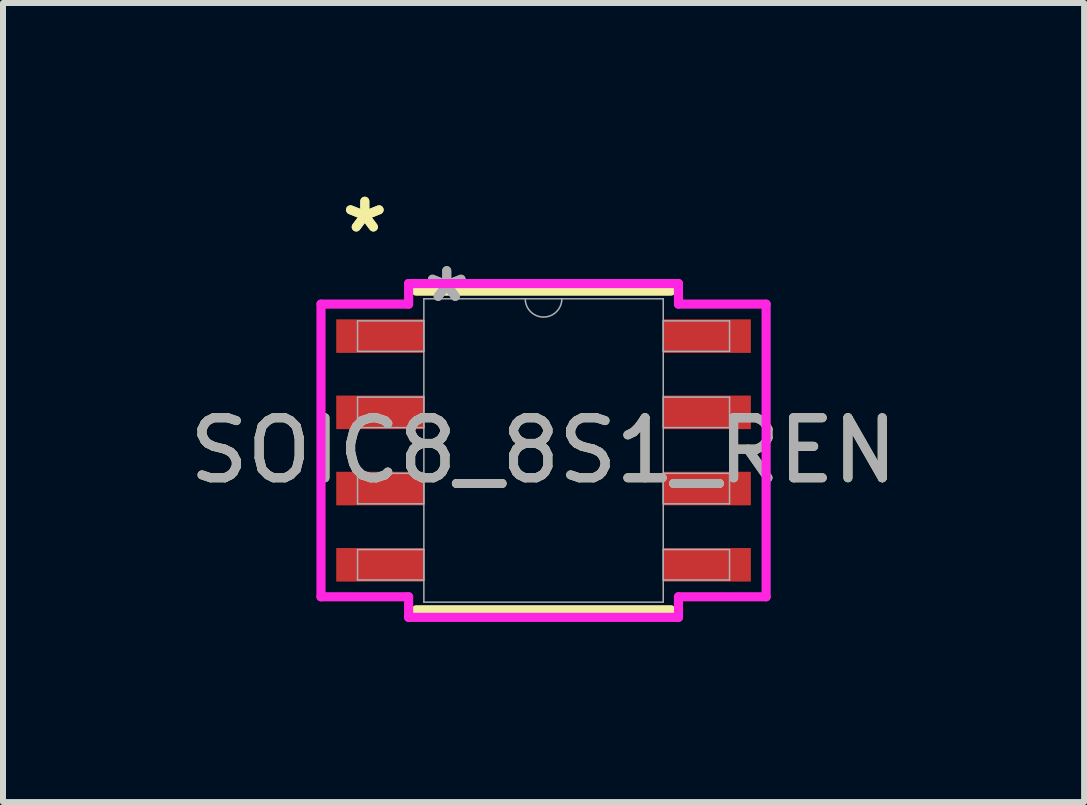
<source format=kicad_pcb>
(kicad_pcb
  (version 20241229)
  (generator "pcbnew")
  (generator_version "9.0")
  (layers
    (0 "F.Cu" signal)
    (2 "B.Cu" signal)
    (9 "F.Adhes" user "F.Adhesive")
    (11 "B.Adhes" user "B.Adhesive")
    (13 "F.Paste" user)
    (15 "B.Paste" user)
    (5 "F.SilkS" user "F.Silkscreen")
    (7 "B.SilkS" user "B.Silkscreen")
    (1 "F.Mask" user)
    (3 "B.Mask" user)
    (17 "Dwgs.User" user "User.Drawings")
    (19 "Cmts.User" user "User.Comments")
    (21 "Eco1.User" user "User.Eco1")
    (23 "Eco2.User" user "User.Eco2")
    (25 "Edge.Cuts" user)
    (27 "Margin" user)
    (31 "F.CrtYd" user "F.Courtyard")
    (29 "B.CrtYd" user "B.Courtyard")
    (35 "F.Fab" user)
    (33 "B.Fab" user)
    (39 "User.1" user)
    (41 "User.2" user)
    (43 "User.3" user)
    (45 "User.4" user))
  (footprint "SOIC8_8S1_REN"
    (layer "F.Cu")
    (at 6.006 4.455)
    (property "Reference" "SOIC8_8S1_REN" (at 0 0 0) (unlocked yes) (layer "F.SilkS") (effects (font (size 1 1) (thickness 0.15))))
    (attr smd)
    (fp_line (start -2.121 2.654) (end 2.121 2.654) (stroke (width 0.152) (type solid)) (layer "F.SilkS"))
    (fp_line (start 2.121 -2.654) (end -2.121 -2.654) (stroke (width 0.152) (type solid)) (layer "F.SilkS"))
    (fp_line (start -3.708 -2.438) (end -2.248 -2.438) (stroke (width 0.152) (type solid)) (layer "F.CrtYd"))
    (fp_line (start -3.708 2.438) (end -3.708 -2.438) (stroke (width 0.152) (type solid)) (layer "F.CrtYd"))
    (fp_line (start -3.708 2.438) (end -2.248 2.438) (stroke (width 0.152) (type solid)) (layer "F.CrtYd"))
    (fp_line (start -2.248 -2.781) (end 2.248 -2.781) (stroke (width 0.152) (type solid)) (layer "F.CrtYd"))
    (fp_line (start -2.248 -2.438) (end -2.248 -2.781) (stroke (width 0.152) (type solid)) (layer "F.CrtYd"))
    (fp_line (start -2.248 2.781) (end -2.248 2.438) (stroke (width 0.152) (type solid)) (layer "F.CrtYd"))
    (fp_line (start 2.248 -2.781) (end 2.248 -2.438) (stroke (width 0.152) (type solid)) (layer "F.CrtYd"))
    (fp_line (start 2.248 2.438) (end 2.248 2.781) (stroke (width 0.152) (type solid)) (layer "F.CrtYd"))
    (fp_line (start 2.248 2.781) (end -2.248 2.781) (stroke (width 0.152) (type solid)) (layer "F.CrtYd"))
    (fp_line (start 3.708 -2.438) (end 2.248 -2.438) (stroke (width 0.152) (type solid)) (layer "F.CrtYd"))
    (fp_line (start 3.708 -2.438) (end 3.708 2.438) (stroke (width 0.152) (type solid)) (layer "F.CrtYd"))
    (fp_line (start 3.708 2.438) (end 2.248 2.438) (stroke (width 0.152) (type solid)) (layer "F.CrtYd"))
    (fp_line (start -3.099 -2.159) (end -3.099 -1.651) (stroke (width 0.025) (type solid)) (layer "F.Fab"))
    (fp_line (start -3.099 -1.651) (end -1.994 -1.651) (stroke (width 0.025) (type solid)) (layer "F.Fab"))
    (fp_line (start -3.099 -0.889) (end -3.099 -0.381) (stroke (width 0.025) (type solid)) (layer "F.Fab"))
    (fp_line (start -3.099 -0.381) (end -1.994 -0.381) (stroke (width 0.025) (type solid)) (layer "F.Fab"))
    (fp_line (start -3.099 0.381) (end -3.099 0.889) (stroke (width 0.025) (type solid)) (layer "F.Fab"))
    (fp_line (start -3.099 0.889) (end -1.994 0.889) (stroke (width 0.025) (type solid)) (layer "F.Fab"))
    (fp_line (start -3.099 1.651) (end -3.099 2.159) (stroke (width 0.025) (type solid)) (layer "F.Fab"))
    (fp_line (start -3.099 2.159) (end -1.994 2.159) (stroke (width 0.025) (type solid)) (layer "F.Fab"))
    (fp_line (start -1.994 -2.527) (end -1.994 2.527) (stroke (width 0.025) (type solid)) (layer "F.Fab"))
    (fp_line (start -1.994 -2.159) (end -3.099 -2.159) (stroke (width 0.025) (type solid)) (layer "F.Fab"))
    (fp_line (start -1.994 -1.651) (end -1.994 -2.159) (stroke (width 0.025) (type solid)) (layer "F.Fab"))
    (fp_line (start -1.994 -0.889) (end -3.099 -0.889) (stroke (width 0.025) (type solid)) (layer "F.Fab"))
    (fp_line (start -1.994 -0.381) (end -1.994 -0.889) (stroke (width 0.025) (type solid)) (layer "F.Fab"))
    (fp_line (start -1.994 0.381) (end -3.099 0.381) (stroke (width 0.025) (type solid)) (layer "F.Fab"))
    (fp_line (start -1.994 0.889) (end -1.994 0.381) (stroke (width 0.025) (type solid)) (layer "F.Fab"))
    (fp_line (start -1.994 1.651) (end -3.099 1.651) (stroke (width 0.025) (type solid)) (layer "F.Fab"))
    (fp_line (start -1.994 2.159) (end -1.994 1.651) (stroke (width 0.025) (type solid)) (layer "F.Fab"))
    (fp_line (start -1.994 2.527) (end 1.994 2.527) (stroke (width 0.025) (type solid)) (layer "F.Fab"))
    (fp_line (start 1.994 -2.527) (end -1.994 -2.527) (stroke (width 0.025) (type solid)) (layer "F.Fab"))
    (fp_line (start 1.994 -2.159) (end 1.994 -1.651) (stroke (width 0.025) (type solid)) (layer "F.Fab"))
    (fp_line (start 1.994 -1.651) (end 3.099 -1.651) (stroke (width 0.025) (type solid)) (layer "F.Fab"))
    (fp_line (start 1.994 -0.889) (end 1.994 -0.381) (stroke (width 0.025) (type solid)) (layer "F.Fab"))
    (fp_line (start 1.994 -0.381) (end 3.099 -0.381) (stroke (width 0.025) (type solid)) (layer "F.Fab"))
    (fp_line (start 1.994 0.381) (end 1.994 0.889) (stroke (width 0.025) (type solid)) (layer "F.Fab"))
    (fp_line (start 1.994 0.889) (end 3.099 0.889) (stroke (width 0.025) (type solid)) (layer "F.Fab"))
    (fp_line (start 1.994 1.651) (end 1.994 2.159) (stroke (width 0.025) (type solid)) (layer "F.Fab"))
    (fp_line (start 1.994 2.159) (end 3.099 2.159) (stroke (width 0.025) (type solid)) (layer "F.Fab"))
    (fp_line (start 1.994 2.527) (end 1.994 -2.527) (stroke (width 0.025) (type solid)) (layer "F.Fab"))
    (fp_line (start 3.099 -2.159) (end 1.994 -2.159) (stroke (width 0.025) (type solid)) (layer "F.Fab"))
    (fp_line (start 3.099 -1.651) (end 3.099 -2.159) (stroke (width 0.025) (type solid)) (layer "F.Fab"))
    (fp_line (start 3.099 -0.889) (end 1.994 -0.889) (stroke (width 0.025) (type solid)) (layer "F.Fab"))
    (fp_line (start 3.099 -0.381) (end 3.099 -0.889) (stroke (width 0.025) (type solid)) (layer "F.Fab"))
    (fp_line (start 3.099 0.381) (end 1.994 0.381) (stroke (width 0.025) (type solid)) (layer "F.Fab"))
    (fp_line (start 3.099 0.889) (end 3.099 0.381) (stroke (width 0.025) (type solid)) (layer "F.Fab"))
    (fp_line (start 3.099 1.651) (end 1.994 1.651) (stroke (width 0.025) (type solid)) (layer "F.Fab"))
    (fp_line (start 3.099 2.159) (end 3.099 1.651) (stroke (width 0.025) (type solid)) (layer "F.Fab"))
    (fp_arc (start 0.3048 -2.5273) (mid 0 -2.2225) (end -0.3048 -2.5273) (stroke (width 0.0254) (type solid)) (layer "F.Fab"))
    (fp_text user "*" (at -2.978 -3.607 0) (layer "F.SilkS") (effects (font (size 1 1) (thickness 0.15))))
    (fp_text user "*" (at -2.978 -3.607 0) (unlocked yes) (layer "F.SilkS") (effects (font (size 1 1) (thickness 0.15))))
    (fp_text user "${REFERENCE}" (at 0 0 0) (unlocked yes) (layer "F.Fab") (effects (font (size 1 1) (thickness 0.15))))
    (fp_text user "*" (at -1.613 -2.451 0) (layer "F.Fab") (effects (font (size 1 1) (thickness 0.15))))
    (fp_text user "*" (at -1.613 -2.451 0) (unlocked yes) (layer "F.Fab") (effects (font (size 1 1) (thickness 0.15))))
    (pad "1" smd rect (at -2.724 -1.905) (size 1.46 0.559) (layers "F.Cu" "F.Mask" "F.Paste"))
    (pad "2" smd rect (at -2.724 -0.635) (size 1.46 0.559) (layers "F.Cu" "F.Mask" "F.Paste"))
    (pad "3" smd rect (at -2.724 0.635) (size 1.46 0.559) (layers "F.Cu" "F.Mask" "F.Paste"))
    (pad "4" smd rect (at -2.724 1.905) (size 1.46 0.559) (layers "F.Cu" "F.Mask" "F.Paste"))
    (pad "5" smd rect (at 2.724 1.905) (size 1.46 0.559) (layers "F.Cu" "F.Mask" "F.Paste"))
    (pad "6" smd rect (at 2.724 0.635) (size 1.46 0.559) (layers "F.Cu" "F.Mask" "F.Paste"))
    (pad "7" smd rect (at 2.724 -0.635) (size 1.46 0.559) (layers "F.Cu" "F.Mask" "F.Paste"))
    (pad "8" smd rect (at 2.724 -1.905) (size 1.46 0.559) (layers "F.Cu" "F.Mask" "F.Paste")))
  (gr_rect
    (start -3 -3)
    (end 15.012 10.313)
    (stroke (width 0.1) (type default))
    (fill no)
    (layer "Edge.Cuts")))
</source>
